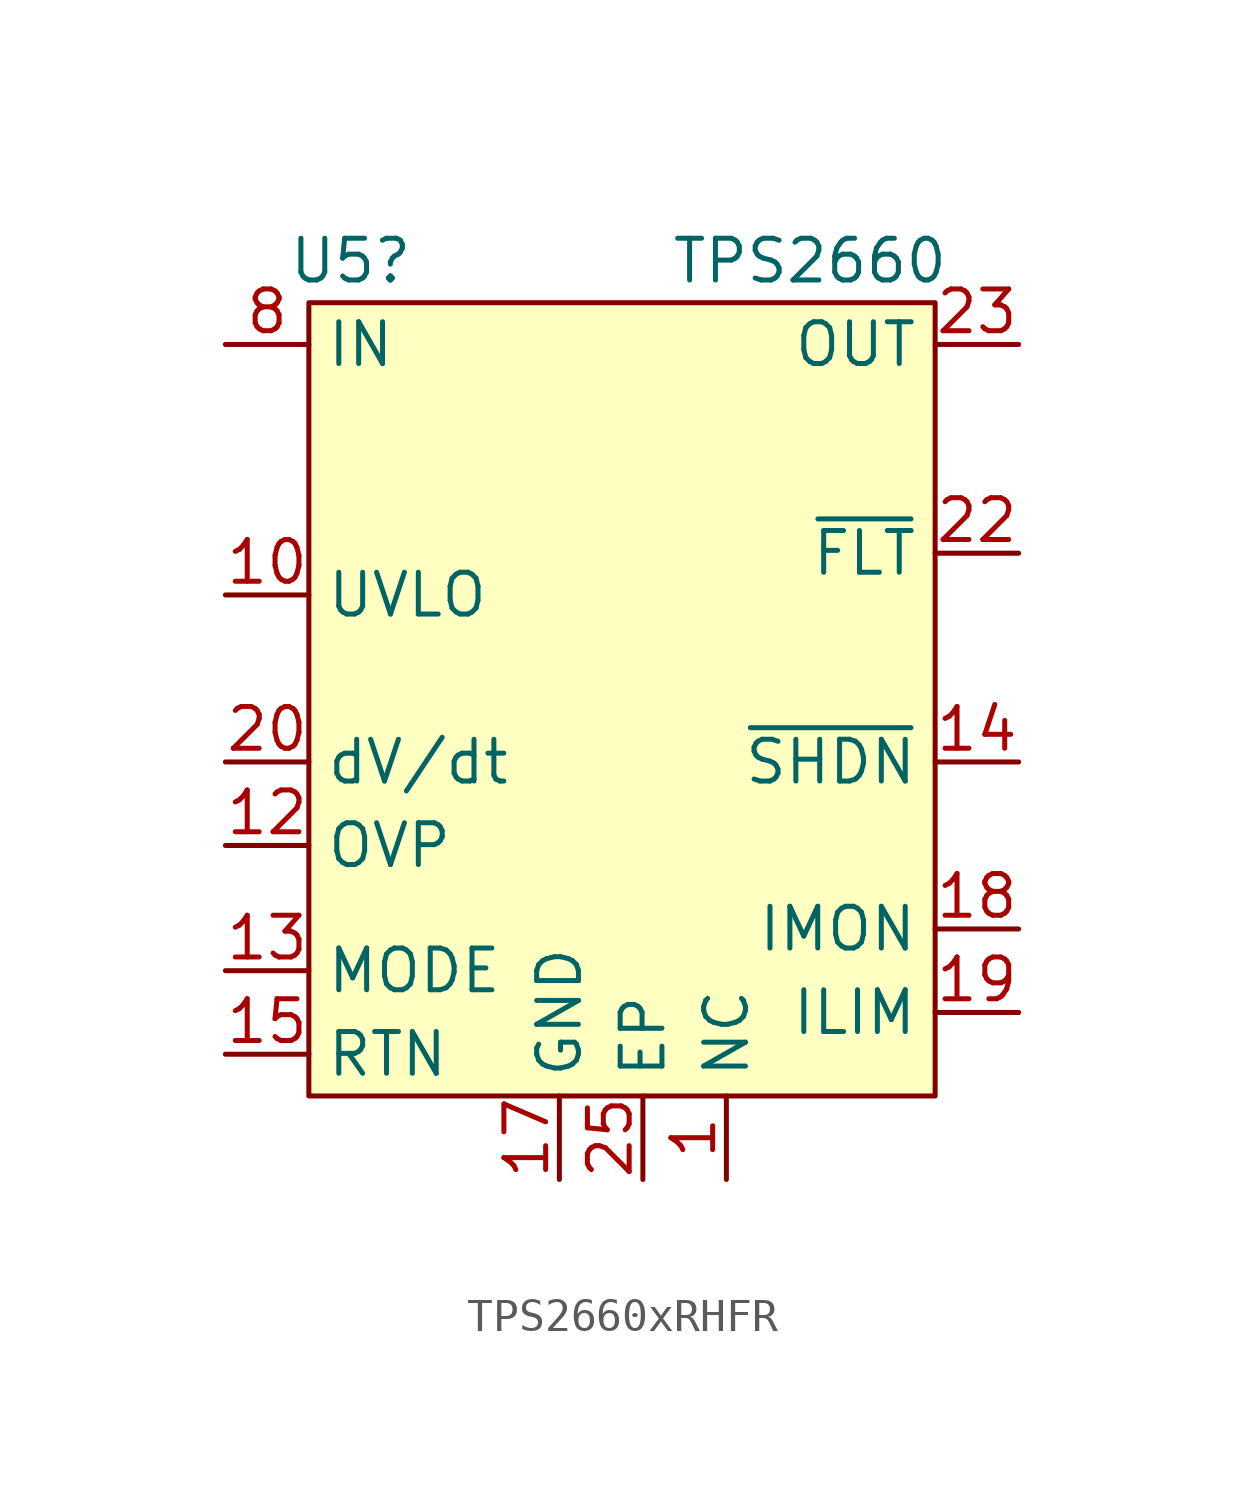
<source format=kicad_sym>
(kicad_symbol_lib
  (version 20220914)
  (generator kicad_symbol_editor)
  (symbol "TPS2660xRHFR"
    (property "Reference" "U5"
      (at -8.89 10.16 0)
      (effects (font (size 1.27 1.27))))
    (property "Value" "TPS2660"
      (at 5.08 10.16 0)
      (effects (font (size 1.27 1.27))))
    (symbol "TPS2660xRHFR_1_0"
      (pin passive line (at 2.54 -17.78 90) (length 2.54) (name "NC" (effects (font (size 1.27 1.27)))) (number "1" (effects (font (size 1.27 1.27)))))
      (pin passive line (at 2.54 -17.78 90) (length 2.54) hide (name "NC" (effects (font (size 1.27 1.27)))) (number "11" (effects (font (size 1.27 1.27)))))
      (pin passive line (at 2.54 -17.78 90) (length 2.54) hide (name "NC" (effects (font (size 1.27 1.27)))) (number "16" (effects (font (size 1.27 1.27)))))
      (pin passive line (at 2.54 -17.78 90) (length 2.54) hide (name "NC" (effects (font (size 1.27 1.27)))) (number "2" (effects (font (size 1.27 1.27)))))
      (pin passive line (at 2.54 -17.78 90) (length 2.54) hide (name "NC" (effects (font (size 1.27 1.27)))) (number "21" (effects (font (size 1.27 1.27)))))
      (pin passive line (at 2.54 -17.78 90) (length 2.54) hide (name "NC" (effects (font (size 1.27 1.27)))) (number "3" (effects (font (size 1.27 1.27)))))
      (pin passive line (at 2.54 -17.78 90) (length 2.54) hide (name "NC" (effects (font (size 1.27 1.27)))) (number "4" (effects (font (size 1.27 1.27)))))
      (pin passive line (at 2.54 -17.78 90) (length 2.54) hide (name "NC" (effects (font (size 1.27 1.27)))) (number "5" (effects (font (size 1.27 1.27)))))
      (pin passive line (at 2.54 -17.78 90) (length 2.54) hide (name "NC" (effects (font (size 1.27 1.27)))) (number "6" (effects (font (size 1.27 1.27)))))
      (pin passive line (at 2.54 -17.78 90) (length 2.54) hide (name "NC" (effects (font (size 1.27 1.27)))) (number "7" (effects (font (size 1.27 1.27))))))
    (symbol "TPS2660xRHFR_1_1"
      (rectangle (start -10.16 8.89) (end 8.89 -15.24) (stroke (width 0) (type default)) (fill (type background)))
      (pin input line (at -12.7 0 0) (length 2.54) (name "UVLO" (effects (font (size 1.27 1.27)))) (number "10" (effects (font (size 1.27 1.27)))))
      (pin input line (at -12.7 -7.62 0) (length 2.54) (name "OVP" (effects (font (size 1.27 1.27)))) (number "12" (effects (font (size 1.27 1.27)))))
      (pin input line (at -12.7 -11.43 0) (length 2.54) (name "MODE" (effects (font (size 1.27 1.27)))) (number "13" (effects (font (size 1.27 1.27)))))
      (pin input line (at 11.43 -5.08 180) (length 2.54) (name "~{SHDN}" (effects (font (size 1.27 1.27)))) (number "14" (effects (font (size 1.27 1.27)))))
      (pin input line (at -12.7 -13.97 0) (length 2.54) (name "RTN" (effects (font (size 1.27 1.27)))) (number "15" (effects (font (size 1.27 1.27)))))
      (pin power_in line (at -2.54 -17.78 90) (length 2.54) (name "GND" (effects (font (size 1.27 1.27)))) (number "17" (effects (font (size 1.27 1.27)))))
      (pin output line (at 11.43 -10.16 180) (length 2.54) (name "IMON" (effects (font (size 1.27 1.27)))) (number "18" (effects (font (size 1.27 1.27)))))
      (pin bidirectional line (at 11.43 -12.7 180) (length 2.54) (name "ILIM" (effects (font (size 1.27 1.27)))) (number "19" (effects (font (size 1.27 1.27)))))
      (pin bidirectional line (at -12.7 -5.08 0) (length 2.54) (name "dV/dt" (effects (font (size 1.27 1.27)))) (number "20" (effects (font (size 1.27 1.27)))))
      (pin output line (at 11.43 1.27 180) (length 2.54) (name "~{FLT}" (effects (font (size 1.27 1.27)))) (number "22" (effects (font (size 1.27 1.27)))))
      (pin power_out line (at 11.43 7.62 180) (length 2.54) (name "OUT" (effects (font (size 1.27 1.27)))) (number "23" (effects (font (size 1.27 1.27)))))
      (pin power_out line (at 11.43 7.62 180) (length 2.54) hide (name "OUT" (effects (font (size 1.27 1.27)))) (number "24" (effects (font (size 1.27 1.27)))))
      (pin passive line (at 0 -17.78 90) (length 2.54) (name "EP" (effects (font (size 1.27 1.27)))) (number "25" (effects (font (size 1.27 1.27)))))
      (pin power_in line (at -12.7 7.62 0) (length 2.54) (name "IN" (effects (font (size 1.27 1.27)))) (number "8" (effects (font (size 1.27 1.27)))))
      (pin power_in line (at -12.7 7.62 0) (length 2.54) hide (name "IN" (effects (font (size 1.27 1.27)))) (number "9" (effects (font (size 1.27 1.27))))))))
</source>
